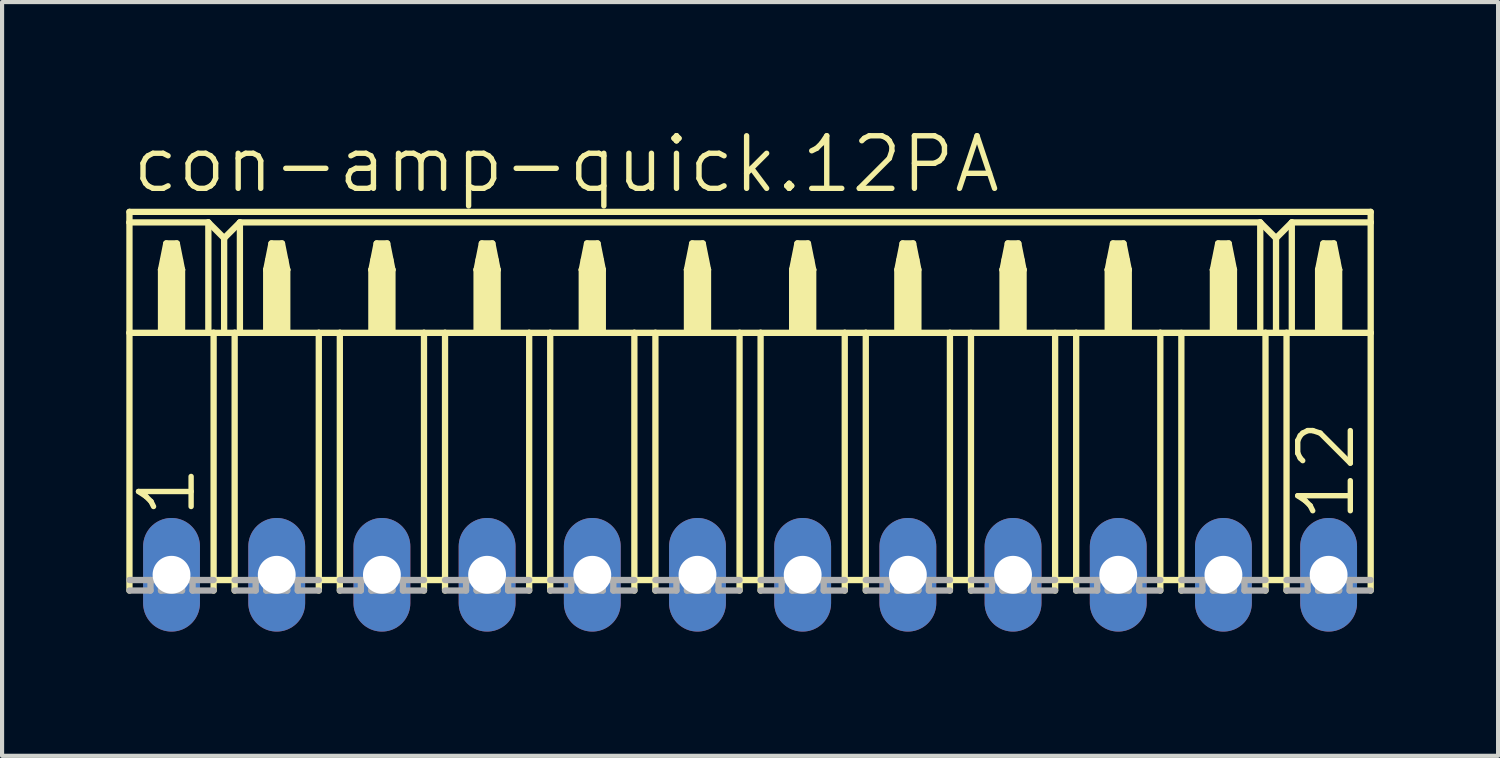
<source format=kicad_pcb>
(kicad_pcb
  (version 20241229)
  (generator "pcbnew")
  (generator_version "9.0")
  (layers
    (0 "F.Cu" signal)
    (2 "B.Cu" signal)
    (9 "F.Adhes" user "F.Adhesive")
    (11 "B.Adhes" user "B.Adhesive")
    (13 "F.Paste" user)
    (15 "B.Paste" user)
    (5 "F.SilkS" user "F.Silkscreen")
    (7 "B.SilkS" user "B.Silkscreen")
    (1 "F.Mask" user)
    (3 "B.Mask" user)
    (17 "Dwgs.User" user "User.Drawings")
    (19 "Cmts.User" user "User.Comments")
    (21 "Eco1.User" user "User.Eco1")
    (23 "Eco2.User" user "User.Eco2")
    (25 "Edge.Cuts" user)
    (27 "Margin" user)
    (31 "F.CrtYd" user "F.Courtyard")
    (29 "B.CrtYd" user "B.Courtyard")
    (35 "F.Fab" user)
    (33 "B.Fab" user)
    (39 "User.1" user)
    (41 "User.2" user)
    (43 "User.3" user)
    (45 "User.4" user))
  (footprint "con-amp-quick.12PA"
    (layer "F.Cu")
    (at 15.062 10.829)
    (property "Reference" "con-amp-quick.12PA" (at -14.986 -9.169 0) (layer "F.SilkS") (effects (font (size 1.27 1.27) (thickness 0.13)) (justify left bottom)))
    (attr through_hole)
    (fp_line (start -14.986 -8.763) (end -14.986 -8.509) (stroke (width 0.152) (type default)) (layer "F.SilkS"))
    (fp_line (start -14.986 -8.763) (end 14.986 -8.763) (stroke (width 0.152) (type default)) (layer "F.SilkS"))
    (fp_line (start -14.986 -8.509) (end -14.986 -5.842) (stroke (width 0.152) (type default)) (layer "F.SilkS"))
    (fp_line (start -14.986 -8.509) (end -13.081 -8.509) (stroke (width 0.152) (type default)) (layer "F.SilkS"))
    (fp_line (start -14.986 -5.842) (end -14.986 0.381) (stroke (width 0.152) (type default)) (layer "F.SilkS"))
    (fp_line (start -14.986 -5.842) (end -14.224 -5.842) (stroke (width 0.152) (type default)) (layer "F.SilkS"))
    (fp_line (start -14.224 -7.366) (end -14.224 -5.842) (stroke (width 0.152) (type default)) (layer "F.SilkS"))
    (fp_line (start -14.224 -7.366) (end -14.097 -8.001) (stroke (width 0.152) (type default)) (layer "F.SilkS"))
    (fp_line (start -14.224 -5.842) (end -13.716 -5.842) (stroke (width 0.152) (type default)) (layer "F.SilkS"))
    (fp_line (start -14.097 -8.001) (end -13.843 -8.001) (stroke (width 0.152) (type default)) (layer "F.SilkS"))
    (fp_line (start -13.843 -8.001) (end -13.716 -7.366) (stroke (width 0.152) (type default)) (layer "F.SilkS"))
    (fp_line (start -13.716 -7.366) (end -14.224 -7.366) (stroke (width 0.152) (type default)) (layer "F.SilkS"))
    (fp_line (start -13.716 -7.366) (end -13.716 -5.842) (stroke (width 0.152) (type default)) (layer "F.SilkS"))
    (fp_line (start -13.716 -5.842) (end -13.081 -5.842) (stroke (width 0.152) (type default)) (layer "F.SilkS"))
    (fp_line (start -13.081 -8.509) (end -13.081 -5.842) (stroke (width 0.152) (type default)) (layer "F.SilkS"))
    (fp_line (start -13.081 -8.509) (end -12.7 -8.128) (stroke (width 0.152) (type default)) (layer "F.SilkS"))
    (fp_line (start -13.081 -5.842) (end -12.954 -5.842) (stroke (width 0.152) (type default)) (layer "F.SilkS"))
    (fp_line (start -12.954 -5.842) (end -12.954 0.127) (stroke (width 0.152) (type default)) (layer "F.SilkS"))
    (fp_line (start -12.954 -5.842) (end -12.7 -5.842) (stroke (width 0.152) (type default)) (layer "F.SilkS"))
    (fp_line (start -12.954 0.127) (end -12.954 0.381) (stroke (width 0.152) (type default)) (layer "F.SilkS"))
    (fp_line (start -12.7 -8.128) (end -12.7 -5.842) (stroke (width 0.152) (type default)) (layer "F.SilkS"))
    (fp_line (start -12.7 -8.128) (end -12.319 -8.509) (stroke (width 0.152) (type default)) (layer "F.SilkS"))
    (fp_line (start -12.7 -5.842) (end -12.446 -5.842) (stroke (width 0.152) (type default)) (layer "F.SilkS"))
    (fp_line (start -12.446 -5.842) (end -12.446 0.127) (stroke (width 0.152) (type default)) (layer "F.SilkS"))
    (fp_line (start -12.446 -5.842) (end -12.319 -5.842) (stroke (width 0.152) (type default)) (layer "F.SilkS"))
    (fp_line (start -12.446 0.127) (end -12.954 0.127) (stroke (width 0.152) (type default)) (layer "F.SilkS"))
    (fp_line (start -12.446 0.127) (end -12.446 0.381) (stroke (width 0.152) (type default)) (layer "F.SilkS"))
    (fp_line (start -12.319 -8.509) (end -12.319 -5.842) (stroke (width 0.152) (type default)) (layer "F.SilkS"))
    (fp_line (start -12.319 -8.509) (end 12.319 -8.509) (stroke (width 0.152) (type default)) (layer "F.SilkS"))
    (fp_line (start -12.319 -5.842) (end -11.684 -5.842) (stroke (width 0.152) (type default)) (layer "F.SilkS"))
    (fp_line (start -11.684 -7.366) (end -11.684 -5.842) (stroke (width 0.152) (type default)) (layer "F.SilkS"))
    (fp_line (start -11.684 -7.366) (end -11.557 -8.001) (stroke (width 0.152) (type default)) (layer "F.SilkS"))
    (fp_line (start -11.684 -5.842) (end -11.176 -5.842) (stroke (width 0.152) (type default)) (layer "F.SilkS"))
    (fp_line (start -11.557 -8.001) (end -11.303 -8.001) (stroke (width 0.152) (type default)) (layer "F.SilkS"))
    (fp_line (start -11.303 -8.001) (end -11.176 -7.366) (stroke (width 0.152) (type default)) (layer "F.SilkS"))
    (fp_line (start -11.176 -7.366) (end -11.684 -7.366) (stroke (width 0.152) (type default)) (layer "F.SilkS"))
    (fp_line (start -11.176 -7.366) (end -11.176 -5.842) (stroke (width 0.152) (type default)) (layer "F.SilkS"))
    (fp_line (start -11.176 -5.842) (end -10.414 -5.842) (stroke (width 0.152) (type default)) (layer "F.SilkS"))
    (fp_line (start -10.414 -5.842) (end -10.414 0.127) (stroke (width 0.152) (type default)) (layer "F.SilkS"))
    (fp_line (start -10.414 -5.842) (end -9.906 -5.842) (stroke (width 0.152) (type default)) (layer "F.SilkS"))
    (fp_line (start -10.414 0.127) (end -10.414 0.381) (stroke (width 0.152) (type default)) (layer "F.SilkS"))
    (fp_line (start -9.906 -5.842) (end -9.906 0.127) (stroke (width 0.152) (type default)) (layer "F.SilkS"))
    (fp_line (start -9.906 -5.842) (end -9.144 -5.842) (stroke (width 0.152) (type default)) (layer "F.SilkS"))
    (fp_line (start -9.906 0.127) (end -10.414 0.127) (stroke (width 0.152) (type default)) (layer "F.SilkS"))
    (fp_line (start -9.906 0.127) (end -9.906 0.381) (stroke (width 0.152) (type default)) (layer "F.SilkS"))
    (fp_line (start -9.144 -7.366) (end -9.144 -5.842) (stroke (width 0.152) (type default)) (layer "F.SilkS"))
    (fp_line (start -9.144 -7.366) (end -9.017 -8.001) (stroke (width 0.152) (type default)) (layer "F.SilkS"))
    (fp_line (start -9.144 -5.842) (end -8.636 -5.842) (stroke (width 0.152) (type default)) (layer "F.SilkS"))
    (fp_line (start -9.017 -8.001) (end -8.763 -8.001) (stroke (width 0.152) (type default)) (layer "F.SilkS"))
    (fp_line (start -8.763 -8.001) (end -8.636 -7.366) (stroke (width 0.152) (type default)) (layer "F.SilkS"))
    (fp_line (start -8.636 -7.366) (end -9.144 -7.366) (stroke (width 0.152) (type default)) (layer "F.SilkS"))
    (fp_line (start -8.636 -7.366) (end -8.636 -5.842) (stroke (width 0.152) (type default)) (layer "F.SilkS"))
    (fp_line (start -8.636 -5.842) (end -7.874 -5.842) (stroke (width 0.152) (type default)) (layer "F.SilkS"))
    (fp_line (start -7.874 -5.842) (end -7.874 0.127) (stroke (width 0.152) (type default)) (layer "F.SilkS"))
    (fp_line (start -7.874 -5.842) (end -7.366 -5.842) (stroke (width 0.152) (type default)) (layer "F.SilkS"))
    (fp_line (start -7.874 0.127) (end -7.874 0.381) (stroke (width 0.152) (type default)) (layer "F.SilkS"))
    (fp_line (start -7.366 -5.842) (end -7.366 0.127) (stroke (width 0.152) (type default)) (layer "F.SilkS"))
    (fp_line (start -7.366 -5.842) (end -6.604 -5.842) (stroke (width 0.152) (type default)) (layer "F.SilkS"))
    (fp_line (start -7.366 0.127) (end -7.874 0.127) (stroke (width 0.152) (type default)) (layer "F.SilkS"))
    (fp_line (start -7.366 0.127) (end -7.366 0.381) (stroke (width 0.152) (type default)) (layer "F.SilkS"))
    (fp_line (start -6.604 -7.366) (end -6.604 -5.842) (stroke (width 0.152) (type default)) (layer "F.SilkS"))
    (fp_line (start -6.604 -7.366) (end -6.477 -8.001) (stroke (width 0.152) (type default)) (layer "F.SilkS"))
    (fp_line (start -6.604 -5.842) (end -6.096 -5.842) (stroke (width 0.152) (type default)) (layer "F.SilkS"))
    (fp_line (start -6.477 -8.001) (end -6.223 -8.001) (stroke (width 0.152) (type default)) (layer "F.SilkS"))
    (fp_line (start -6.223 -8.001) (end -6.096 -7.366) (stroke (width 0.152) (type default)) (layer "F.SilkS"))
    (fp_line (start -6.096 -7.366) (end -6.604 -7.366) (stroke (width 0.152) (type default)) (layer "F.SilkS"))
    (fp_line (start -6.096 -7.366) (end -6.096 -5.842) (stroke (width 0.152) (type default)) (layer "F.SilkS"))
    (fp_line (start -6.096 -5.842) (end -5.334 -5.842) (stroke (width 0.152) (type default)) (layer "F.SilkS"))
    (fp_line (start -5.334 -5.842) (end -5.334 0.127) (stroke (width 0.152) (type default)) (layer "F.SilkS"))
    (fp_line (start -5.334 -5.842) (end -4.826 -5.842) (stroke (width 0.152) (type default)) (layer "F.SilkS"))
    (fp_line (start -5.334 0.127) (end -5.334 0.381) (stroke (width 0.152) (type default)) (layer "F.SilkS"))
    (fp_line (start -4.826 -5.842) (end -4.826 0.127) (stroke (width 0.152) (type default)) (layer "F.SilkS"))
    (fp_line (start -4.826 -5.842) (end -4.064 -5.842) (stroke (width 0.152) (type default)) (layer "F.SilkS"))
    (fp_line (start -4.826 0.127) (end -5.334 0.127) (stroke (width 0.152) (type default)) (layer "F.SilkS"))
    (fp_line (start -4.826 0.127) (end -4.826 0.381) (stroke (width 0.152) (type default)) (layer "F.SilkS"))
    (fp_line (start -4.064 -7.366) (end -4.064 -5.842) (stroke (width 0.152) (type default)) (layer "F.SilkS"))
    (fp_line (start -4.064 -7.366) (end -3.937 -8.001) (stroke (width 0.152) (type default)) (layer "F.SilkS"))
    (fp_line (start -4.064 -5.842) (end -3.556 -5.842) (stroke (width 0.152) (type default)) (layer "F.SilkS"))
    (fp_line (start -3.937 -8.001) (end -3.683 -8.001) (stroke (width 0.152) (type default)) (layer "F.SilkS"))
    (fp_line (start -3.683 -8.001) (end -3.556 -7.366) (stroke (width 0.152) (type default)) (layer "F.SilkS"))
    (fp_line (start -3.556 -7.366) (end -4.064 -7.366) (stroke (width 0.152) (type default)) (layer "F.SilkS"))
    (fp_line (start -3.556 -7.366) (end -3.556 -5.842) (stroke (width 0.152) (type default)) (layer "F.SilkS"))
    (fp_line (start -3.556 -5.842) (end -2.794 -5.842) (stroke (width 0.152) (type default)) (layer "F.SilkS"))
    (fp_line (start -2.794 -5.842) (end -2.794 0.127) (stroke (width 0.152) (type default)) (layer "F.SilkS"))
    (fp_line (start -2.794 -5.842) (end -2.286 -5.842) (stroke (width 0.152) (type default)) (layer "F.SilkS"))
    (fp_line (start -2.794 0.127) (end -2.794 0.381) (stroke (width 0.152) (type default)) (layer "F.SilkS"))
    (fp_line (start -2.286 -5.842) (end -2.286 0.127) (stroke (width 0.152) (type default)) (layer "F.SilkS"))
    (fp_line (start -2.286 -5.842) (end -1.524 -5.842) (stroke (width 0.152) (type default)) (layer "F.SilkS"))
    (fp_line (start -2.286 0.127) (end -2.794 0.127) (stroke (width 0.152) (type default)) (layer "F.SilkS"))
    (fp_line (start -2.286 0.127) (end -2.286 0.381) (stroke (width 0.152) (type default)) (layer "F.SilkS"))
    (fp_line (start -1.524 -7.366) (end -1.524 -5.842) (stroke (width 0.152) (type default)) (layer "F.SilkS"))
    (fp_line (start -1.524 -7.366) (end -1.397 -8.001) (stroke (width 0.152) (type default)) (layer "F.SilkS"))
    (fp_line (start -1.524 -5.842) (end -1.016 -5.842) (stroke (width 0.152) (type default)) (layer "F.SilkS"))
    (fp_line (start -1.397 -8.001) (end -1.143 -8.001) (stroke (width 0.152) (type default)) (layer "F.SilkS"))
    (fp_line (start -1.143 -8.001) (end -1.016 -7.366) (stroke (width 0.152) (type default)) (layer "F.SilkS"))
    (fp_line (start -1.016 -7.366) (end -1.524 -7.366) (stroke (width 0.152) (type default)) (layer "F.SilkS"))
    (fp_line (start -1.016 -7.366) (end -1.016 -5.842) (stroke (width 0.152) (type default)) (layer "F.SilkS"))
    (fp_line (start -1.016 -5.842) (end -0.254 -5.842) (stroke (width 0.152) (type default)) (layer "F.SilkS"))
    (fp_line (start -0.254 -5.842) (end -0.254 0.127) (stroke (width 0.152) (type default)) (layer "F.SilkS"))
    (fp_line (start -0.254 -5.842) (end 0.254 -5.842) (stroke (width 0.152) (type default)) (layer "F.SilkS"))
    (fp_line (start -0.254 0.127) (end -0.254 0.381) (stroke (width 0.152) (type default)) (layer "F.SilkS"))
    (fp_line (start 0.254 -5.842) (end 0.254 0.127) (stroke (width 0.152) (type default)) (layer "F.SilkS"))
    (fp_line (start 0.254 -5.842) (end 1.016 -5.842) (stroke (width 0.152) (type default)) (layer "F.SilkS"))
    (fp_line (start 0.254 0.127) (end -0.254 0.127) (stroke (width 0.152) (type default)) (layer "F.SilkS"))
    (fp_line (start 0.254 0.127) (end 0.254 0.381) (stroke (width 0.152) (type default)) (layer "F.SilkS"))
    (fp_line (start 1.016 -7.366) (end 1.016 -5.842) (stroke (width 0.152) (type default)) (layer "F.SilkS"))
    (fp_line (start 1.016 -7.366) (end 1.143 -8.001) (stroke (width 0.152) (type default)) (layer "F.SilkS"))
    (fp_line (start 1.016 -5.842) (end 1.524 -5.842) (stroke (width 0.152) (type default)) (layer "F.SilkS"))
    (fp_line (start 1.143 -8.001) (end 1.397 -8.001) (stroke (width 0.152) (type default)) (layer "F.SilkS"))
    (fp_line (start 1.397 -8.001) (end 1.524 -7.366) (stroke (width 0.152) (type default)) (layer "F.SilkS"))
    (fp_line (start 1.524 -7.366) (end 1.016 -7.366) (stroke (width 0.152) (type default)) (layer "F.SilkS"))
    (fp_line (start 1.524 -7.366) (end 1.524 -5.842) (stroke (width 0.152) (type default)) (layer "F.SilkS"))
    (fp_line (start 1.524 -5.842) (end 2.286 -5.842) (stroke (width 0.152) (type default)) (layer "F.SilkS"))
    (fp_line (start 2.286 -5.842) (end 2.286 0.127) (stroke (width 0.152) (type default)) (layer "F.SilkS"))
    (fp_line (start 2.286 -5.842) (end 2.794 -5.842) (stroke (width 0.152) (type default)) (layer "F.SilkS"))
    (fp_line (start 2.286 0.127) (end 2.286 0.381) (stroke (width 0.152) (type default)) (layer "F.SilkS"))
    (fp_line (start 2.794 -5.842) (end 2.794 0.127) (stroke (width 0.152) (type default)) (layer "F.SilkS"))
    (fp_line (start 2.794 -5.842) (end 3.556 -5.842) (stroke (width 0.152) (type default)) (layer "F.SilkS"))
    (fp_line (start 2.794 0.127) (end 2.286 0.127) (stroke (width 0.152) (type default)) (layer "F.SilkS"))
    (fp_line (start 2.794 0.127) (end 2.794 0.381) (stroke (width 0.152) (type default)) (layer "F.SilkS"))
    (fp_line (start 3.556 -7.366) (end 3.556 -5.842) (stroke (width 0.152) (type default)) (layer "F.SilkS"))
    (fp_line (start 3.556 -7.366) (end 3.683 -8.001) (stroke (width 0.152) (type default)) (layer "F.SilkS"))
    (fp_line (start 3.556 -5.842) (end 4.064 -5.842) (stroke (width 0.152) (type default)) (layer "F.SilkS"))
    (fp_line (start 3.683 -8.001) (end 3.937 -8.001) (stroke (width 0.152) (type default)) (layer "F.SilkS"))
    (fp_line (start 3.937 -8.001) (end 4.064 -7.366) (stroke (width 0.152) (type default)) (layer "F.SilkS"))
    (fp_line (start 4.064 -7.366) (end 4.064 -5.842) (stroke (width 0.152) (type default)) (layer "F.SilkS"))
    (fp_line (start 4.064 -5.842) (end 4.826 -5.842) (stroke (width 0.152) (type default)) (layer "F.SilkS"))
    (fp_line (start 4.826 -5.842) (end 4.826 0.127) (stroke (width 0.152) (type default)) (layer "F.SilkS"))
    (fp_line (start 4.826 -5.842) (end 7.874 -5.842) (stroke (width 0.152) (type default)) (layer "F.SilkS"))
    (fp_line (start 4.826 0.127) (end 4.826 0.381) (stroke (width 0.152) (type default)) (layer "F.SilkS"))
    (fp_line (start 5.334 -5.842) (end 5.334 0.127) (stroke (width 0.152) (type default)) (layer "F.SilkS"))
    (fp_line (start 5.334 0.127) (end 4.826 0.127) (stroke (width 0.152) (type default)) (layer "F.SilkS"))
    (fp_line (start 5.334 0.127) (end 5.334 0.381) (stroke (width 0.152) (type default)) (layer "F.SilkS"))
    (fp_line (start 6.096 -7.366) (end 6.096 -5.842) (stroke (width 0.152) (type default)) (layer "F.SilkS"))
    (fp_line (start 6.096 -7.366) (end 6.223 -8.001) (stroke (width 0.152) (type default)) (layer "F.SilkS"))
    (fp_line (start 6.223 -8.001) (end 6.477 -8.001) (stroke (width 0.152) (type default)) (layer "F.SilkS"))
    (fp_line (start 6.477 -8.001) (end 6.604 -7.366) (stroke (width 0.152) (type default)) (layer "F.SilkS"))
    (fp_line (start 6.604 -7.366) (end 6.096 -7.366) (stroke (width 0.152) (type default)) (layer "F.SilkS"))
    (fp_line (start 6.604 -7.366) (end 6.604 -5.842) (stroke (width 0.152) (type default)) (layer "F.SilkS"))
    (fp_line (start 7.366 -5.842) (end 7.366 0.127) (stroke (width 0.152) (type default)) (layer "F.SilkS"))
    (fp_line (start 7.366 0.127) (end 7.366 0.381) (stroke (width 0.152) (type default)) (layer "F.SilkS"))
    (fp_line (start 7.874 -5.842) (end 7.874 0.127) (stroke (width 0.152) (type default)) (layer "F.SilkS"))
    (fp_line (start 7.874 -5.842) (end 8.636 -5.842) (stroke (width 0.152) (type default)) (layer "F.SilkS"))
    (fp_line (start 7.874 0.127) (end 7.366 0.127) (stroke (width 0.152) (type default)) (layer "F.SilkS"))
    (fp_line (start 7.874 0.127) (end 7.874 0.381) (stroke (width 0.152) (type default)) (layer "F.SilkS"))
    (fp_line (start 8.636 -7.366) (end 8.636 -5.842) (stroke (width 0.152) (type default)) (layer "F.SilkS"))
    (fp_line (start 8.636 -7.366) (end 8.763 -8.001) (stroke (width 0.152) (type default)) (layer "F.SilkS"))
    (fp_line (start 8.636 -5.842) (end 9.144 -5.842) (stroke (width 0.152) (type default)) (layer "F.SilkS"))
    (fp_line (start 8.763 -8.001) (end 9.017 -8.001) (stroke (width 0.152) (type default)) (layer "F.SilkS"))
    (fp_line (start 9.017 -8.001) (end 9.144 -7.366) (stroke (width 0.152) (type default)) (layer "F.SilkS"))
    (fp_line (start 9.144 -7.366) (end 8.636 -7.366) (stroke (width 0.152) (type default)) (layer "F.SilkS"))
    (fp_line (start 9.144 -7.366) (end 9.144 -5.842) (stroke (width 0.152) (type default)) (layer "F.SilkS"))
    (fp_line (start 9.144 -5.842) (end 9.906 -5.842) (stroke (width 0.152) (type default)) (layer "F.SilkS"))
    (fp_line (start 9.906 -5.842) (end 9.906 0.127) (stroke (width 0.152) (type default)) (layer "F.SilkS"))
    (fp_line (start 9.906 -5.842) (end 12.319 -5.842) (stroke (width 0.152) (type default)) (layer "F.SilkS"))
    (fp_line (start 9.906 0.127) (end 9.906 0.381) (stroke (width 0.152) (type default)) (layer "F.SilkS"))
    (fp_line (start 10.414 -5.842) (end 10.414 0.127) (stroke (width 0.152) (type default)) (layer "F.SilkS"))
    (fp_line (start 10.414 0.127) (end 9.906 0.127) (stroke (width 0.152) (type default)) (layer "F.SilkS"))
    (fp_line (start 10.414 0.127) (end 10.414 0.381) (stroke (width 0.152) (type default)) (layer "F.SilkS"))
    (fp_line (start 11.176 -7.366) (end 11.176 -5.842) (stroke (width 0.152) (type default)) (layer "F.SilkS"))
    (fp_line (start 11.176 -7.366) (end 11.303 -8.001) (stroke (width 0.152) (type default)) (layer "F.SilkS"))
    (fp_line (start 11.303 -8.001) (end 11.557 -8.001) (stroke (width 0.152) (type default)) (layer "F.SilkS"))
    (fp_line (start 11.557 -8.001) (end 11.684 -7.366) (stroke (width 0.152) (type default)) (layer "F.SilkS"))
    (fp_line (start 11.684 -7.366) (end 11.176 -7.366) (stroke (width 0.152) (type default)) (layer "F.SilkS"))
    (fp_line (start 11.684 -7.366) (end 11.684 -5.842) (stroke (width 0.152) (type default)) (layer "F.SilkS"))
    (fp_line (start 12.319 -8.509) (end 12.319 -5.842) (stroke (width 0.152) (type default)) (layer "F.SilkS"))
    (fp_line (start 12.319 -8.509) (end 12.7 -8.128) (stroke (width 0.152) (type default)) (layer "F.SilkS"))
    (fp_line (start 12.319 -5.842) (end 12.446 -5.842) (stroke (width 0.152) (type default)) (layer "F.SilkS"))
    (fp_line (start 12.446 -5.842) (end 12.446 0.127) (stroke (width 0.152) (type default)) (layer "F.SilkS"))
    (fp_line (start 12.446 -5.842) (end 12.7 -5.842) (stroke (width 0.152) (type default)) (layer "F.SilkS"))
    (fp_line (start 12.446 0.127) (end 12.446 0.381) (stroke (width 0.152) (type default)) (layer "F.SilkS"))
    (fp_line (start 12.7 -8.128) (end 12.7 -5.842) (stroke (width 0.152) (type default)) (layer "F.SilkS"))
    (fp_line (start 12.7 -8.128) (end 13.081 -8.509) (stroke (width 0.152) (type default)) (layer "F.SilkS"))
    (fp_line (start 12.7 -5.842) (end 12.954 -5.842) (stroke (width 0.152) (type default)) (layer "F.SilkS"))
    (fp_line (start 12.954 -5.842) (end 12.954 0.127) (stroke (width 0.152) (type default)) (layer "F.SilkS"))
    (fp_line (start 12.954 -5.842) (end 13.081 -5.842) (stroke (width 0.152) (type default)) (layer "F.SilkS"))
    (fp_line (start 12.954 0.127) (end 12.446 0.127) (stroke (width 0.152) (type default)) (layer "F.SilkS"))
    (fp_line (start 12.954 0.127) (end 12.954 0.381) (stroke (width 0.152) (type default)) (layer "F.SilkS"))
    (fp_line (start 13.081 -8.509) (end 13.081 -5.842) (stroke (width 0.152) (type default)) (layer "F.SilkS"))
    (fp_line (start 13.081 -8.509) (end 14.986 -8.509) (stroke (width 0.152) (type default)) (layer "F.SilkS"))
    (fp_line (start 13.081 -5.842) (end 13.716 -5.842) (stroke (width 0.152) (type default)) (layer "F.SilkS"))
    (fp_line (start 13.716 -7.366) (end 13.716 -5.842) (stroke (width 0.152) (type default)) (layer "F.SilkS"))
    (fp_line (start 13.716 -7.366) (end 13.843 -8.001) (stroke (width 0.152) (type default)) (layer "F.SilkS"))
    (fp_line (start 13.716 -5.842) (end 14.224 -5.842) (stroke (width 0.152) (type default)) (layer "F.SilkS"))
    (fp_line (start 13.843 -8.001) (end 14.097 -8.001) (stroke (width 0.152) (type default)) (layer "F.SilkS"))
    (fp_line (start 14.097 -8.001) (end 14.224 -7.366) (stroke (width 0.152) (type default)) (layer "F.SilkS"))
    (fp_line (start 14.224 -7.366) (end 13.716 -7.366) (stroke (width 0.152) (type default)) (layer "F.SilkS"))
    (fp_line (start 14.224 -7.366) (end 14.224 -5.842) (stroke (width 0.152) (type default)) (layer "F.SilkS"))
    (fp_line (start 14.224 -5.842) (end 14.986 -5.842) (stroke (width 0.152) (type default)) (layer "F.SilkS"))
    (fp_line (start 14.986 -8.509) (end 14.986 -8.763) (stroke (width 0.152) (type default)) (layer "F.SilkS"))
    (fp_line (start 14.986 -5.842) (end 14.986 -8.509) (stroke (width 0.152) (type default)) (layer "F.SilkS"))
    (fp_line (start 14.986 -5.842) (end 14.986 0.381) (stroke (width 0.152) (type default)) (layer "F.SilkS"))
    (fp_rect (start -14.224 -7.366) (end -14.097 -7.62) (stroke (width 0.05) (type default)) (fill yes) (layer "F.SilkS"))
    (fp_rect (start -14.224 -5.842) (end -13.716 -7.366) (stroke (width 0.05) (type default)) (fill yes) (layer "F.SilkS"))
    (fp_rect (start -14.097 -7.366) (end -13.843 -8.001) (stroke (width 0.05) (type default)) (fill yes) (layer "F.SilkS"))
    (fp_rect (start -13.843 -7.366) (end -13.716 -7.62) (stroke (width 0.05) (type default)) (fill yes) (layer "F.SilkS"))
    (fp_rect (start -11.684 -7.366) (end -11.557 -7.62) (stroke (width 0.05) (type default)) (fill yes) (layer "F.SilkS"))
    (fp_rect (start -11.684 -5.842) (end -11.176 -7.366) (stroke (width 0.05) (type default)) (fill yes) (layer "F.SilkS"))
    (fp_rect (start -11.557 -7.366) (end -11.303 -8.001) (stroke (width 0.05) (type default)) (fill yes) (layer "F.SilkS"))
    (fp_rect (start -11.303 -7.366) (end -11.176 -7.62) (stroke (width 0.05) (type default)) (fill yes) (layer "F.SilkS"))
    (fp_rect (start -9.144 -7.366) (end -9.017 -7.62) (stroke (width 0.05) (type default)) (fill yes) (layer "F.SilkS"))
    (fp_rect (start -9.144 -5.842) (end -8.636 -7.366) (stroke (width 0.05) (type default)) (fill yes) (layer "F.SilkS"))
    (fp_rect (start -9.017 -7.366) (end -8.763 -8.001) (stroke (width 0.05) (type default)) (fill yes) (layer "F.SilkS"))
    (fp_rect (start -8.763 -7.366) (end -8.636 -7.62) (stroke (width 0.05) (type default)) (fill yes) (layer "F.SilkS"))
    (fp_rect (start -6.604 -7.366) (end -6.477 -7.62) (stroke (width 0.05) (type default)) (fill yes) (layer "F.SilkS"))
    (fp_rect (start -6.604 -5.842) (end -6.096 -7.366) (stroke (width 0.05) (type default)) (fill yes) (layer "F.SilkS"))
    (fp_rect (start -6.477 -7.366) (end -6.223 -8.001) (stroke (width 0.05) (type default)) (fill yes) (layer "F.SilkS"))
    (fp_rect (start -6.223 -7.366) (end -6.096 -7.62) (stroke (width 0.05) (type default)) (fill yes) (layer "F.SilkS"))
    (fp_rect (start -4.064 -7.366) (end -3.937 -7.62) (stroke (width 0.05) (type default)) (fill yes) (layer "F.SilkS"))
    (fp_rect (start -4.064 -5.842) (end -3.556 -7.366) (stroke (width 0.05) (type default)) (fill yes) (layer "F.SilkS"))
    (fp_rect (start -3.937 -7.366) (end -3.683 -8.001) (stroke (width 0.05) (type default)) (fill yes) (layer "F.SilkS"))
    (fp_rect (start -3.683 -7.366) (end -3.556 -7.62) (stroke (width 0.05) (type default)) (fill yes) (layer "F.SilkS"))
    (fp_rect (start -1.524 -7.366) (end -1.397 -7.62) (stroke (width 0.05) (type default)) (fill yes) (layer "F.SilkS"))
    (fp_rect (start -1.524 -5.842) (end -1.016 -7.366) (stroke (width 0.05) (type default)) (fill yes) (layer "F.SilkS"))
    (fp_rect (start -1.397 -7.366) (end -1.143 -8.001) (stroke (width 0.05) (type default)) (fill yes) (layer "F.SilkS"))
    (fp_rect (start -1.143 -7.366) (end -1.016 -7.62) (stroke (width 0.05) (type default)) (fill yes) (layer "F.SilkS"))
    (fp_rect (start 1.016 -7.366) (end 1.143 -7.62) (stroke (width 0.05) (type default)) (fill yes) (layer "F.SilkS"))
    (fp_rect (start 1.016 -5.842) (end 1.524 -7.366) (stroke (width 0.05) (type default)) (fill yes) (layer "F.SilkS"))
    (fp_rect (start 1.143 -7.366) (end 1.397 -8.001) (stroke (width 0.05) (type default)) (fill yes) (layer "F.SilkS"))
    (fp_rect (start 1.397 -7.366) (end 1.524 -7.62) (stroke (width 0.05) (type default)) (fill yes) (layer "F.SilkS"))
    (fp_rect (start 3.556 -7.366) (end 3.683 -7.62) (stroke (width 0.05) (type default)) (fill yes) (layer "F.SilkS"))
    (fp_rect (start 3.556 -5.842) (end 4.064 -7.366) (stroke (width 0.05) (type default)) (fill yes) (layer "F.SilkS"))
    (fp_rect (start 3.683 -7.366) (end 3.937 -8.001) (stroke (width 0.05) (type default)) (fill yes) (layer "F.SilkS"))
    (fp_rect (start 3.937 -7.366) (end 4.064 -7.62) (stroke (width 0.05) (type default)) (fill yes) (layer "F.SilkS"))
    (fp_rect (start 6.096 -7.366) (end 6.223 -7.62) (stroke (width 0.05) (type default)) (fill yes) (layer "F.SilkS"))
    (fp_rect (start 6.096 -5.842) (end 6.604 -7.366) (stroke (width 0.05) (type default)) (fill yes) (layer "F.SilkS"))
    (fp_rect (start 6.223 -7.366) (end 6.477 -8.001) (stroke (width 0.05) (type default)) (fill yes) (layer "F.SilkS"))
    (fp_rect (start 6.477 -7.366) (end 6.604 -7.62) (stroke (width 0.05) (type default)) (fill yes) (layer "F.SilkS"))
    (fp_rect (start 8.636 -7.366) (end 8.763 -7.62) (stroke (width 0.05) (type default)) (fill yes) (layer "F.SilkS"))
    (fp_rect (start 8.636 -5.842) (end 9.144 -7.366) (stroke (width 0.05) (type default)) (fill yes) (layer "F.SilkS"))
    (fp_rect (start 8.763 -7.366) (end 9.017 -8.001) (stroke (width 0.05) (type default)) (fill yes) (layer "F.SilkS"))
    (fp_rect (start 9.017 -7.366) (end 9.144 -7.62) (stroke (width 0.05) (type default)) (fill yes) (layer "F.SilkS"))
    (fp_rect (start 11.176 -7.366) (end 11.303 -7.62) (stroke (width 0.05) (type default)) (fill yes) (layer "F.SilkS"))
    (fp_rect (start 11.176 -5.842) (end 11.684 -7.366) (stroke (width 0.05) (type default)) (fill yes) (layer "F.SilkS"))
    (fp_rect (start 11.303 -7.366) (end 11.557 -8.001) (stroke (width 0.05) (type default)) (fill yes) (layer "F.SilkS"))
    (fp_rect (start 11.557 -7.366) (end 11.684 -7.62) (stroke (width 0.05) (type default)) (fill yes) (layer "F.SilkS"))
    (fp_rect (start 13.716 -7.366) (end 13.843 -7.62) (stroke (width 0.05) (type default)) (fill yes) (layer "F.SilkS"))
    (fp_rect (start 13.716 -5.842) (end 14.224 -7.366) (stroke (width 0.05) (type default)) (fill yes) (layer "F.SilkS"))
    (fp_rect (start 13.843 -7.366) (end 14.097 -8.001) (stroke (width 0.05) (type default)) (fill yes) (layer "F.SilkS"))
    (fp_rect (start 14.097 -7.366) (end 14.224 -7.62) (stroke (width 0.05) (type default)) (fill yes) (layer "F.SilkS"))
    (fp_line (start -14.986 0.127) (end -14.478 0.127) (stroke (width 0.152) (type default)) (layer "F.Fab"))
    (fp_line (start -14.478 0.381) (end -14.986 0.381) (stroke (width 0.152) (type default)) (layer "F.Fab"))
    (fp_line (start -14.478 0.381) (end -14.478 0.127) (stroke (width 0.152) (type default)) (layer "F.Fab"))
    (fp_line (start -14.224 0.127) (end -14.478 0.127) (stroke (width 0.152) (type default)) (layer "F.Fab"))
    (fp_line (start -14.224 0.381) (end -14.224 0.127) (stroke (width 0.152) (type default)) (layer "F.Fab"))
    (fp_line (start -13.716 0.381) (end -14.224 0.381) (stroke (width 0.152) (type default)) (layer "F.Fab"))
    (fp_line (start -13.716 0.381) (end -13.716 0.127) (stroke (width 0.152) (type default)) (layer "F.Fab"))
    (fp_line (start -13.462 0.127) (end -13.716 0.127) (stroke (width 0.152) (type default)) (layer "F.Fab"))
    (fp_line (start -13.462 0.381) (end -13.462 0.127) (stroke (width 0.152) (type default)) (layer "F.Fab"))
    (fp_line (start -12.954 0.127) (end -13.462 0.127) (stroke (width 0.152) (type default)) (layer "F.Fab"))
    (fp_line (start -12.954 0.381) (end -13.462 0.381) (stroke (width 0.152) (type default)) (layer "F.Fab"))
    (fp_line (start -12.446 0.127) (end -11.938 0.127) (stroke (width 0.152) (type default)) (layer "F.Fab"))
    (fp_line (start -11.938 0.381) (end -12.446 0.381) (stroke (width 0.152) (type default)) (layer "F.Fab"))
    (fp_line (start -11.938 0.381) (end -11.938 0.127) (stroke (width 0.152) (type default)) (layer "F.Fab"))
    (fp_line (start -11.684 0.127) (end -11.938 0.127) (stroke (width 0.152) (type default)) (layer "F.Fab"))
    (fp_line (start -11.684 0.381) (end -11.684 0.127) (stroke (width 0.152) (type default)) (layer "F.Fab"))
    (fp_line (start -11.176 0.381) (end -11.684 0.381) (stroke (width 0.152) (type default)) (layer "F.Fab"))
    (fp_line (start -11.176 0.381) (end -11.176 0.127) (stroke (width 0.152) (type default)) (layer "F.Fab"))
    (fp_line (start -10.922 0.127) (end -11.176 0.127) (stroke (width 0.152) (type default)) (layer "F.Fab"))
    (fp_line (start -10.922 0.381) (end -10.922 0.127) (stroke (width 0.152) (type default)) (layer "F.Fab"))
    (fp_line (start -10.414 0.127) (end -10.922 0.127) (stroke (width 0.152) (type default)) (layer "F.Fab"))
    (fp_line (start -10.414 0.381) (end -10.922 0.381) (stroke (width 0.152) (type default)) (layer "F.Fab"))
    (fp_line (start -9.906 0.127) (end -9.398 0.127) (stroke (width 0.152) (type default)) (layer "F.Fab"))
    (fp_line (start -9.398 0.381) (end -9.906 0.381) (stroke (width 0.152) (type default)) (layer "F.Fab"))
    (fp_line (start -9.398 0.381) (end -9.398 0.127) (stroke (width 0.152) (type default)) (layer "F.Fab"))
    (fp_line (start -9.144 0.127) (end -9.398 0.127) (stroke (width 0.152) (type default)) (layer "F.Fab"))
    (fp_line (start -9.144 0.381) (end -9.144 0.127) (stroke (width 0.152) (type default)) (layer "F.Fab"))
    (fp_line (start -8.636 0.381) (end -9.144 0.381) (stroke (width 0.152) (type default)) (layer "F.Fab"))
    (fp_line (start -8.636 0.381) (end -8.636 0.127) (stroke (width 0.152) (type default)) (layer "F.Fab"))
    (fp_line (start -8.382 0.127) (end -8.636 0.127) (stroke (width 0.152) (type default)) (layer "F.Fab"))
    (fp_line (start -8.382 0.381) (end -8.382 0.127) (stroke (width 0.152) (type default)) (layer "F.Fab"))
    (fp_line (start -7.874 0.127) (end -8.382 0.127) (stroke (width 0.152) (type default)) (layer "F.Fab"))
    (fp_line (start -7.874 0.381) (end -8.382 0.381) (stroke (width 0.152) (type default)) (layer "F.Fab"))
    (fp_line (start -7.366 0.127) (end -6.858 0.127) (stroke (width 0.152) (type default)) (layer "F.Fab"))
    (fp_line (start -6.858 0.381) (end -7.366 0.381) (stroke (width 0.152) (type default)) (layer "F.Fab"))
    (fp_line (start -6.858 0.381) (end -6.858 0.127) (stroke (width 0.152) (type default)) (layer "F.Fab"))
    (fp_line (start -6.604 0.127) (end -6.858 0.127) (stroke (width 0.152) (type default)) (layer "F.Fab"))
    (fp_line (start -6.604 0.381) (end -6.604 0.127) (stroke (width 0.152) (type default)) (layer "F.Fab"))
    (fp_line (start -6.096 0.381) (end -6.604 0.381) (stroke (width 0.152) (type default)) (layer "F.Fab"))
    (fp_line (start -6.096 0.381) (end -6.096 0.127) (stroke (width 0.152) (type default)) (layer "F.Fab"))
    (fp_line (start -5.842 0.127) (end -6.096 0.127) (stroke (width 0.152) (type default)) (layer "F.Fab"))
    (fp_line (start -5.842 0.381) (end -5.842 0.127) (stroke (width 0.152) (type default)) (layer "F.Fab"))
    (fp_line (start -5.334 0.127) (end -5.842 0.127) (stroke (width 0.152) (type default)) (layer "F.Fab"))
    (fp_line (start -5.334 0.381) (end -5.842 0.381) (stroke (width 0.152) (type default)) (layer "F.Fab"))
    (fp_line (start -4.826 0.127) (end -4.318 0.127) (stroke (width 0.152) (type default)) (layer "F.Fab"))
    (fp_line (start -4.318 0.381) (end -4.826 0.381) (stroke (width 0.152) (type default)) (layer "F.Fab"))
    (fp_line (start -4.318 0.381) (end -4.318 0.127) (stroke (width 0.152) (type default)) (layer "F.Fab"))
    (fp_line (start -4.064 0.127) (end -4.318 0.127) (stroke (width 0.152) (type default)) (layer "F.Fab"))
    (fp_line (start -4.064 0.381) (end -4.064 0.127) (stroke (width 0.152) (type default)) (layer "F.Fab"))
    (fp_line (start -3.556 0.381) (end -4.064 0.381) (stroke (width 0.152) (type default)) (layer "F.Fab"))
    (fp_line (start -3.556 0.381) (end -3.556 0.127) (stroke (width 0.152) (type default)) (layer "F.Fab"))
    (fp_line (start -3.302 0.127) (end -3.556 0.127) (stroke (width 0.152) (type default)) (layer "F.Fab"))
    (fp_line (start -3.302 0.381) (end -3.302 0.127) (stroke (width 0.152) (type default)) (layer "F.Fab"))
    (fp_line (start -2.794 0.127) (end -3.302 0.127) (stroke (width 0.152) (type default)) (layer "F.Fab"))
    (fp_line (start -2.794 0.381) (end -3.302 0.381) (stroke (width 0.152) (type default)) (layer "F.Fab"))
    (fp_line (start -2.286 0.127) (end -1.778 0.127) (stroke (width 0.152) (type default)) (layer "F.Fab"))
    (fp_line (start -1.778 0.381) (end -2.286 0.381) (stroke (width 0.152) (type default)) (layer "F.Fab"))
    (fp_line (start -1.778 0.381) (end -1.778 0.127) (stroke (width 0.152) (type default)) (layer "F.Fab"))
    (fp_line (start -1.524 0.127) (end -1.778 0.127) (stroke (width 0.152) (type default)) (layer "F.Fab"))
    (fp_line (start -1.524 0.381) (end -1.524 0.127) (stroke (width 0.152) (type default)) (layer "F.Fab"))
    (fp_line (start -1.016 0.381) (end -1.524 0.381) (stroke (width 0.152) (type default)) (layer "F.Fab"))
    (fp_line (start -1.016 0.381) (end -1.016 0.127) (stroke (width 0.152) (type default)) (layer "F.Fab"))
    (fp_line (start -0.762 0.127) (end -1.016 0.127) (stroke (width 0.152) (type default)) (layer "F.Fab"))
    (fp_line (start -0.762 0.381) (end -0.762 0.127) (stroke (width 0.152) (type default)) (layer "F.Fab"))
    (fp_line (start -0.254 0.127) (end -0.762 0.127) (stroke (width 0.152) (type default)) (layer "F.Fab"))
    (fp_line (start -0.254 0.381) (end -0.762 0.381) (stroke (width 0.152) (type default)) (layer "F.Fab"))
    (fp_line (start 0.254 0.127) (end 0.762 0.127) (stroke (width 0.152) (type default)) (layer "F.Fab"))
    (fp_line (start 0.762 0.381) (end 0.254 0.381) (stroke (width 0.152) (type default)) (layer "F.Fab"))
    (fp_line (start 0.762 0.381) (end 0.762 0.127) (stroke (width 0.152) (type default)) (layer "F.Fab"))
    (fp_line (start 1.016 0.127) (end 0.762 0.127) (stroke (width 0.152) (type default)) (layer "F.Fab"))
    (fp_line (start 1.016 0.381) (end 1.016 0.127) (stroke (width 0.152) (type default)) (layer "F.Fab"))
    (fp_line (start 1.524 0.381) (end 1.016 0.381) (stroke (width 0.152) (type default)) (layer "F.Fab"))
    (fp_line (start 1.524 0.381) (end 1.524 0.127) (stroke (width 0.152) (type default)) (layer "F.Fab"))
    (fp_line (start 1.778 0.127) (end 1.524 0.127) (stroke (width 0.152) (type default)) (layer "F.Fab"))
    (fp_line (start 1.778 0.381) (end 1.778 0.127) (stroke (width 0.152) (type default)) (layer "F.Fab"))
    (fp_line (start 2.286 0.127) (end 1.778 0.127) (stroke (width 0.152) (type default)) (layer "F.Fab"))
    (fp_line (start 2.286 0.381) (end 1.778 0.381) (stroke (width 0.152) (type default)) (layer "F.Fab"))
    (fp_line (start 2.794 0.127) (end 3.302 0.127) (stroke (width 0.152) (type default)) (layer "F.Fab"))
    (fp_line (start 3.302 0.381) (end 2.794 0.381) (stroke (width 0.152) (type default)) (layer "F.Fab"))
    (fp_line (start 3.302 0.381) (end 3.302 0.127) (stroke (width 0.152) (type default)) (layer "F.Fab"))
    (fp_line (start 3.556 0.127) (end 3.302 0.127) (stroke (width 0.152) (type default)) (layer "F.Fab"))
    (fp_line (start 3.556 0.381) (end 3.556 0.127) (stroke (width 0.152) (type default)) (layer "F.Fab"))
    (fp_line (start 4.064 0.381) (end 3.556 0.381) (stroke (width 0.152) (type default)) (layer "F.Fab"))
    (fp_line (start 4.064 0.381) (end 4.064 0.127) (stroke (width 0.152) (type default)) (layer "F.Fab"))
    (fp_line (start 4.318 0.127) (end 4.064 0.127) (stroke (width 0.152) (type default)) (layer "F.Fab"))
    (fp_line (start 4.318 0.381) (end 4.318 0.127) (stroke (width 0.152) (type default)) (layer "F.Fab"))
    (fp_line (start 4.826 0.127) (end 4.318 0.127) (stroke (width 0.152) (type default)) (layer "F.Fab"))
    (fp_line (start 4.826 0.381) (end 4.318 0.381) (stroke (width 0.152) (type default)) (layer "F.Fab"))
    (fp_line (start 5.334 0.127) (end 5.842 0.127) (stroke (width 0.152) (type default)) (layer "F.Fab"))
    (fp_line (start 5.842 0.381) (end 5.334 0.381) (stroke (width 0.152) (type default)) (layer "F.Fab"))
    (fp_line (start 5.842 0.381) (end 5.842 0.127) (stroke (width 0.152) (type default)) (layer "F.Fab"))
    (fp_line (start 6.096 0.127) (end 5.842 0.127) (stroke (width 0.152) (type default)) (layer "F.Fab"))
    (fp_line (start 6.096 0.381) (end 6.096 0.127) (stroke (width 0.152) (type default)) (layer "F.Fab"))
    (fp_line (start 6.604 0.381) (end 6.096 0.381) (stroke (width 0.152) (type default)) (layer "F.Fab"))
    (fp_line (start 6.604 0.381) (end 6.604 0.127) (stroke (width 0.152) (type default)) (layer "F.Fab"))
    (fp_line (start 6.858 0.127) (end 6.604 0.127) (stroke (width 0.152) (type default)) (layer "F.Fab"))
    (fp_line (start 6.858 0.381) (end 6.858 0.127) (stroke (width 0.152) (type default)) (layer "F.Fab"))
    (fp_line (start 7.366 0.127) (end 6.858 0.127) (stroke (width 0.152) (type default)) (layer "F.Fab"))
    (fp_line (start 7.366 0.381) (end 6.858 0.381) (stroke (width 0.152) (type default)) (layer "F.Fab"))
    (fp_line (start 7.874 0.127) (end 8.382 0.127) (stroke (width 0.152) (type default)) (layer "F.Fab"))
    (fp_line (start 8.382 0.381) (end 7.874 0.381) (stroke (width 0.152) (type default)) (layer "F.Fab"))
    (fp_line (start 8.382 0.381) (end 8.382 0.127) (stroke (width 0.152) (type default)) (layer "F.Fab"))
    (fp_line (start 8.636 0.127) (end 8.382 0.127) (stroke (width 0.152) (type default)) (layer "F.Fab"))
    (fp_line (start 8.636 0.381) (end 8.636 0.127) (stroke (width 0.152) (type default)) (layer "F.Fab"))
    (fp_line (start 9.144 0.381) (end 8.636 0.381) (stroke (width 0.152) (type default)) (layer "F.Fab"))
    (fp_line (start 9.144 0.381) (end 9.144 0.127) (stroke (width 0.152) (type default)) (layer "F.Fab"))
    (fp_line (start 9.398 0.127) (end 9.144 0.127) (stroke (width 0.152) (type default)) (layer "F.Fab"))
    (fp_line (start 9.398 0.381) (end 9.398 0.127) (stroke (width 0.152) (type default)) (layer "F.Fab"))
    (fp_line (start 9.906 0.127) (end 9.398 0.127) (stroke (width 0.152) (type default)) (layer "F.Fab"))
    (fp_line (start 9.906 0.381) (end 9.398 0.381) (stroke (width 0.152) (type default)) (layer "F.Fab"))
    (fp_line (start 10.414 0.127) (end 10.922 0.127) (stroke (width 0.152) (type default)) (layer "F.Fab"))
    (fp_line (start 10.922 0.381) (end 10.414 0.381) (stroke (width 0.152) (type default)) (layer "F.Fab"))
    (fp_line (start 10.922 0.381) (end 10.922 0.127) (stroke (width 0.152) (type default)) (layer "F.Fab"))
    (fp_line (start 11.176 0.127) (end 10.922 0.127) (stroke (width 0.152) (type default)) (layer "F.Fab"))
    (fp_line (start 11.176 0.381) (end 11.176 0.127) (stroke (width 0.152) (type default)) (layer "F.Fab"))
    (fp_line (start 11.684 0.381) (end 11.176 0.381) (stroke (width 0.152) (type default)) (layer "F.Fab"))
    (fp_line (start 11.684 0.381) (end 11.684 0.127) (stroke (width 0.152) (type default)) (layer "F.Fab"))
    (fp_line (start 11.938 0.127) (end 11.684 0.127) (stroke (width 0.152) (type default)) (layer "F.Fab"))
    (fp_line (start 11.938 0.381) (end 11.938 0.127) (stroke (width 0.152) (type default)) (layer "F.Fab"))
    (fp_line (start 12.446 0.127) (end 11.938 0.127) (stroke (width 0.152) (type default)) (layer "F.Fab"))
    (fp_line (start 12.446 0.381) (end 11.938 0.381) (stroke (width 0.152) (type default)) (layer "F.Fab"))
    (fp_line (start 12.954 0.127) (end 13.462 0.127) (stroke (width 0.152) (type default)) (layer "F.Fab"))
    (fp_line (start 13.462 0.381) (end 12.954 0.381) (stroke (width 0.152) (type default)) (layer "F.Fab"))
    (fp_line (start 13.462 0.381) (end 13.462 0.127) (stroke (width 0.152) (type default)) (layer "F.Fab"))
    (fp_line (start 13.716 0.127) (end 13.462 0.127) (stroke (width 0.152) (type default)) (layer "F.Fab"))
    (fp_line (start 13.716 0.381) (end 13.716 0.127) (stroke (width 0.152) (type default)) (layer "F.Fab"))
    (fp_line (start 14.224 0.381) (end 13.716 0.381) (stroke (width 0.152) (type default)) (layer "F.Fab"))
    (fp_line (start 14.224 0.381) (end 14.224 0.127) (stroke (width 0.152) (type default)) (layer "F.Fab"))
    (fp_line (start 14.478 0.127) (end 14.224 0.127) (stroke (width 0.152) (type default)) (layer "F.Fab"))
    (fp_line (start 14.478 0.381) (end 14.478 0.127) (stroke (width 0.152) (type default)) (layer "F.Fab"))
    (fp_line (start 14.986 0.127) (end 14.478 0.127) (stroke (width 0.152) (type default)) (layer "F.Fab"))
    (fp_line (start 14.986 0.381) (end 14.478 0.381) (stroke (width 0.152) (type default)) (layer "F.Fab"))
    (fp_text user "12" (at 14.656 -1.219 90) (layer "F.SilkS") (effects (font (size 1.27 1.27) (thickness 0.13)) (justify left bottom)))
    (fp_text user "1" (at -13.335 -1.321 90) (layer "F.SilkS") (effects (font (size 1.27 1.27) (thickness 0.13)) (justify left bottom)))
    (pad "1" thru_hole oval (at -13.97 0 90) (size 2.743 1.372) (drill 0.914) (layers "*.Cu" "*.Mask"))
    (pad "2" thru_hole oval (at -11.43 0 90) (size 2.743 1.372) (drill 0.914) (layers "*.Cu" "*.Mask"))
    (pad "3" thru_hole oval (at -8.89 0 90) (size 2.743 1.372) (drill 0.914) (layers "*.Cu" "*.Mask"))
    (pad "4" thru_hole oval (at -6.35 0 90) (size 2.743 1.372) (drill 0.914) (layers "*.Cu" "*.Mask"))
    (pad "5" thru_hole oval (at -3.81 0 90) (size 2.743 1.372) (drill 0.914) (layers "*.Cu" "*.Mask"))
    (pad "6" thru_hole oval (at -1.27 0 90) (size 2.743 1.372) (drill 0.914) (layers "*.Cu" "*.Mask"))
    (pad "7" thru_hole oval (at 1.27 0 90) (size 2.743 1.372) (drill 0.914) (layers "*.Cu" "*.Mask"))
    (pad "8" thru_hole oval (at 3.81 0 90) (size 2.743 1.372) (drill 0.914) (layers "*.Cu" "*.Mask"))
    (pad "9" thru_hole oval (at 6.35 0 90) (size 2.743 1.372) (drill 0.914) (layers "*.Cu" "*.Mask"))
    (pad "10" thru_hole oval (at 8.89 0 90) (size 2.743 1.372) (drill 0.914) (layers "*.Cu" "*.Mask"))
    (pad "11" thru_hole oval (at 11.43 0 90) (size 2.743 1.372) (drill 0.914) (layers "*.Cu" "*.Mask"))
    (pad "12" thru_hole oval (at 13.97 0 90) (size 2.743 1.372) (drill 0.914) (layers "*.Cu" "*.Mask")))
  (gr_rect
    (start -3 -3)
    (end 33.124 15.201)
    (stroke (width 0.1) (type default))
    (fill no)
    (layer "Edge.Cuts")))
</source>
